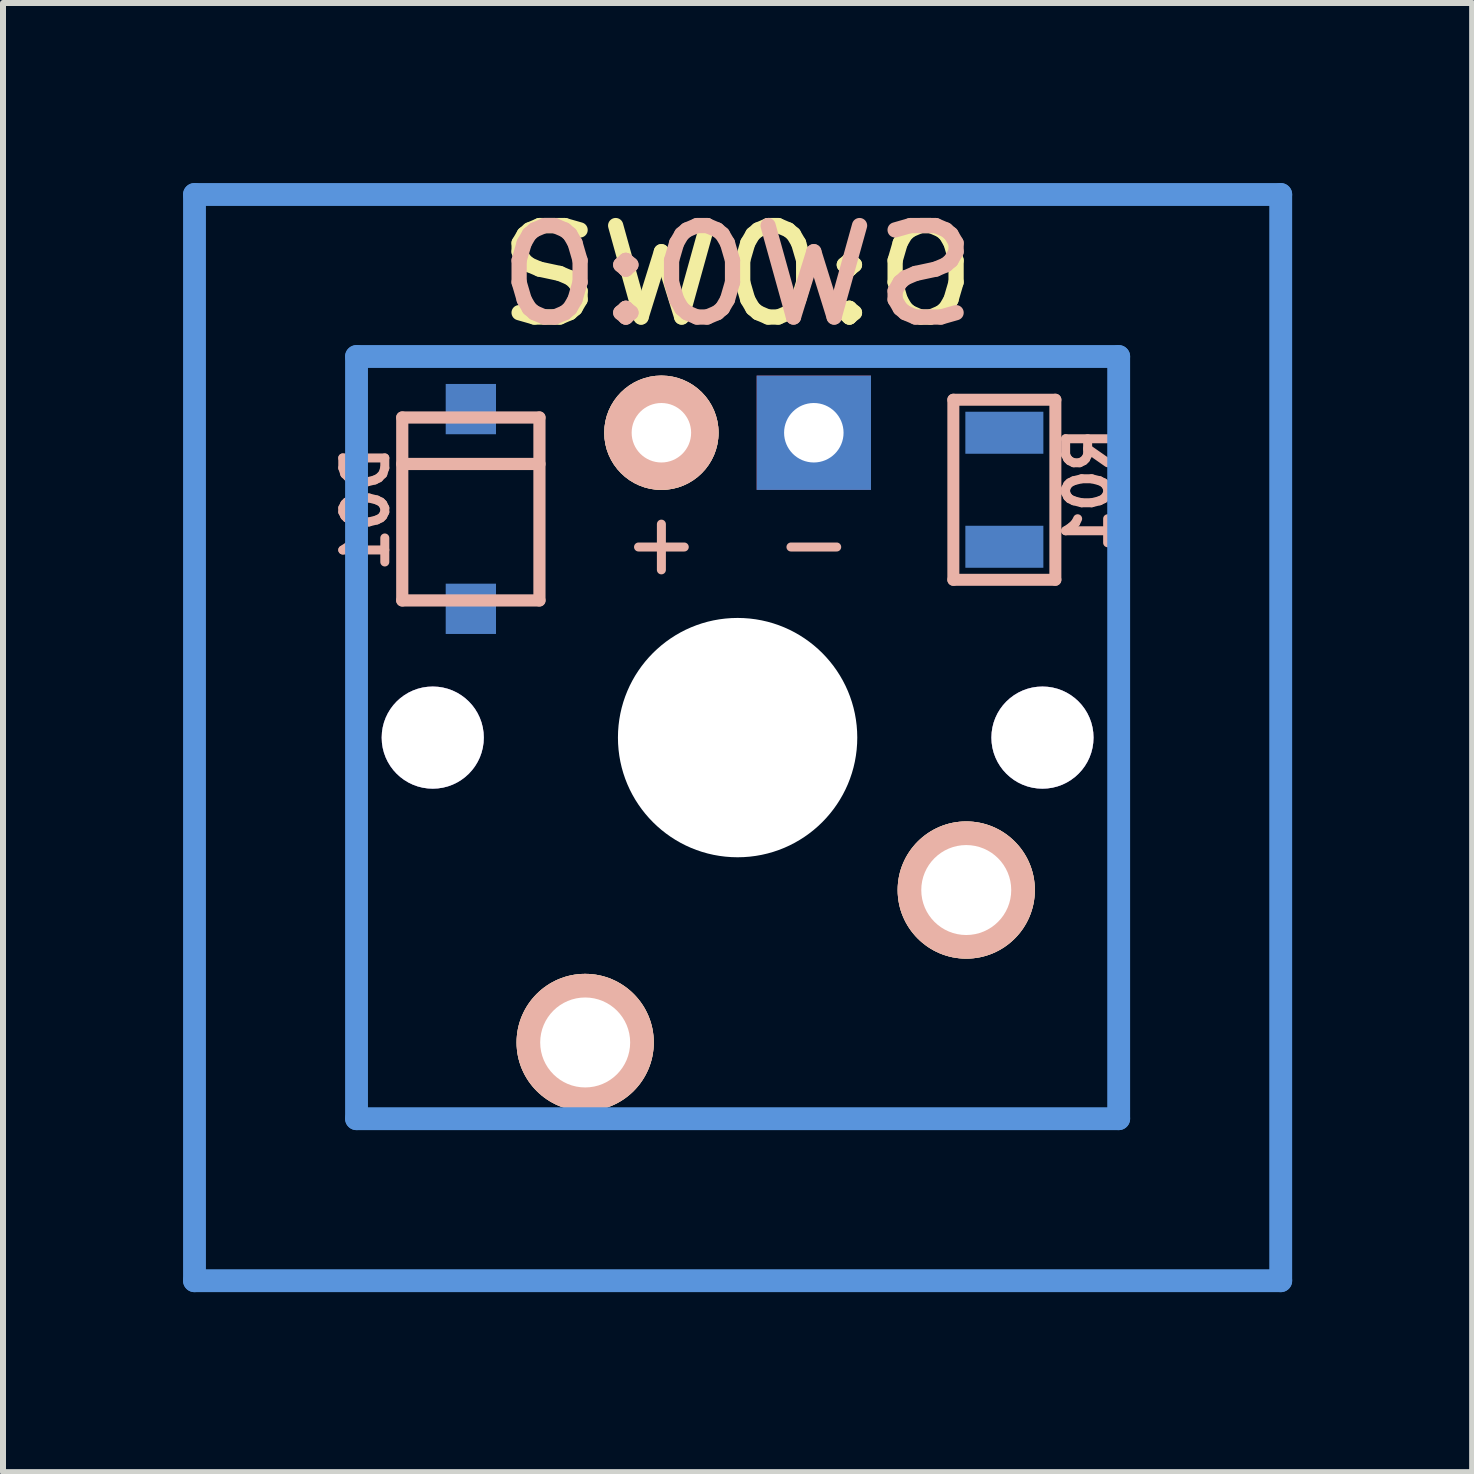
<source format=kicad_pcb>
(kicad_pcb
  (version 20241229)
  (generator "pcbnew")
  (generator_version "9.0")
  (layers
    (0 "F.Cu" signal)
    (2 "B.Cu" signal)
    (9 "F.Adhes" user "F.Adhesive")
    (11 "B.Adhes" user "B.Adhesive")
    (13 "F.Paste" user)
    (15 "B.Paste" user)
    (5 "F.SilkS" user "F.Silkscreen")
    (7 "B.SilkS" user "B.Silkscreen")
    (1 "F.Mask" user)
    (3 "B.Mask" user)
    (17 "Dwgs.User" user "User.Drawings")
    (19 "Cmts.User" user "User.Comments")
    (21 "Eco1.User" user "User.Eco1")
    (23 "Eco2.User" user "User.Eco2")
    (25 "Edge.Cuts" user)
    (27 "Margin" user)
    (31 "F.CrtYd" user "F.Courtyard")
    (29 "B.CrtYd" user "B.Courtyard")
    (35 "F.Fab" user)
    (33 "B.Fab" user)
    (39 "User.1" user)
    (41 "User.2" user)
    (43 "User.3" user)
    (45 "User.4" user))
  (footprint "MX"
    (layer "F.Cu")
    (at 9.241 9.241)
    (property "Reference" "MX" (at 0 0 0) (layer "F.SilkS") (effects (font (size 1.27 1.27) (thickness 0.15))))
    (attr through_hole)
    (fp_line (start -5.588 -5.334) (end -3.302 -5.334) (stroke (width 0.203) (type solid)) (layer "B.SilkS"))
    (fp_line (start -5.588 -4.56) (end -3.302 -4.56) (stroke (width 0.203) (type solid)) (layer "B.SilkS"))
    (fp_line (start -5.588 -2.286) (end -5.588 -5.334) (stroke (width 0.203) (type solid)) (layer "B.SilkS"))
    (fp_line (start -3.302 -5.334) (end -3.302 -2.286) (stroke (width 0.203) (type solid)) (layer "B.SilkS"))
    (fp_line (start -3.302 -2.286) (end -5.588 -2.286) (stroke (width 0.203) (type solid)) (layer "B.SilkS"))
    (fp_line (start 3.595 -5.63) (end 3.595 -2.63) (stroke (width 0.2) (type solid)) (layer "B.SilkS"))
    (fp_line (start 3.595 -5.63) (end 5.295 -5.63) (stroke (width 0.2) (type solid)) (layer "B.SilkS"))
    (fp_line (start 3.595 -2.63) (end 5.295 -2.63) (stroke (width 0.2) (type solid)) (layer "B.SilkS"))
    (fp_line (start 5.295 -5.63) (end 5.295 -2.63) (stroke (width 0.2) (type solid)) (layer "B.SilkS"))
    (fp_line (start -9.05 -9.05) (end 9.05 -9.05) (stroke (width 0.381) (type solid)) (layer "Cmts.User"))
    (fp_line (start -9.05 9.05) (end -9.05 -9.05) (stroke (width 0.381) (type solid)) (layer "Cmts.User"))
    (fp_line (start -6.35 -6.35) (end 6.35 -6.35) (stroke (width 0.381) (type solid)) (layer "Cmts.User"))
    (fp_line (start -6.35 6.35) (end -6.35 -6.35) (stroke (width 0.381) (type solid)) (layer "Cmts.User"))
    (fp_line (start 6.35 -6.35) (end 6.35 6.35) (stroke (width 0.381) (type solid)) (layer "Cmts.User"))
    (fp_line (start 6.35 6.35) (end -6.35 6.35) (stroke (width 0.381) (type solid)) (layer "Cmts.User"))
    (fp_line (start 9.05 -9.05) (end 9.05 9.05) (stroke (width 0.381) (type solid)) (layer "Cmts.User"))
    (fp_line (start 9.05 9.05) (end -9.05 9.05) (stroke (width 0.381) (type solid)) (layer "Cmts.User"))
    (fp_text user "SW0:0" (at 0 -7.7 0) (layer "F.SilkS") (effects (font (size 1.524 1.778) (thickness 0.254))))
    (fp_text user "-" (at 1.27 -3.25 0) (layer "B.SilkS") (effects (font (size 1 1) (thickness 0.15)) (justify mirror)))
    (fp_text user "D01" (at -6.195 -3.81 90) (layer "B.SilkS") (effects (font (size 0.7 0.7) (thickness 0.15)) (justify mirror)))
    (fp_text user "+" (at -1.27 -3.25 0) (layer "B.SilkS") (effects (font (size 1 1) (thickness 0.15)) (justify mirror)))
    (fp_text user "SW0:0" (at 0 -7.7 0) (layer "B.SilkS") (effects (font (size 1.524 1.778) (thickness 0.254)) (justify mirror)))
    (fp_text user "R01" (at 5.85 -4.13 270) (layer "B.SilkS") (effects (font (size 0.7 0.7) (thickness 0.15)) (justify mirror)))
    (pad "" np_thru_hole circle (at 0 0) (size 3.988 3.988) (drill 3.988) (layers "*.Cu"))
    (pad "0" thru_hole circle (at -5.08 0) (size 1.702 1.702) (drill 1.702) (layers "*.Cu"))
    (pad "0" thru_hole circle (at 5.08 0) (size 1.702 1.702) (drill 1.702) (layers "*.Cu"))
    (pad "1" smd rect (at -4.445 -2.146 90) (size 0.838 0.838) (layers "B.Cu" "B.Mask" "B.Paste"))
    (pad "1" thru_hole circle (at -2.54 5.08) (size 2.286 2.286) (drill 1.499) (layers "*.Cu" "*.SilkS" "*.Mask"))
    (pad "1" thru_hole rect (at 1.27 -5.08) (size 1.905 1.905) (drill 0.991) (layers "*.Cu" "*.Mask"))
    (pad "1" smd rect (at 4.445 -5.08) (size 1.3 0.7) (layers "B.Cu" "B.Mask" "B.Paste"))
    (pad "2" smd rect (at -4.445 -5.474 90) (size 0.838 0.838) (layers "B.Cu" "B.Mask" "B.Paste"))
    (pad "2" thru_hole circle (at -1.27 -5.08) (size 1.905 1.905) (drill 0.991) (layers "*.Cu" "*.SilkS" "*.Mask"))
    (pad "2" thru_hole circle (at 3.81 2.54) (size 2.286 2.286) (drill 1.499) (layers "*.Cu" "*.SilkS" "*.Mask"))
    (pad "2" smd rect (at 4.445 -3.18) (size 1.3 0.7) (layers "B.Cu" "B.Mask" "B.Paste")))
  (gr_rect
    (start -3 -3)
    (end 21.481 21.481)
    (stroke (width 0.1) (type default))
    (fill no)
    (layer "Edge.Cuts")))
</source>
